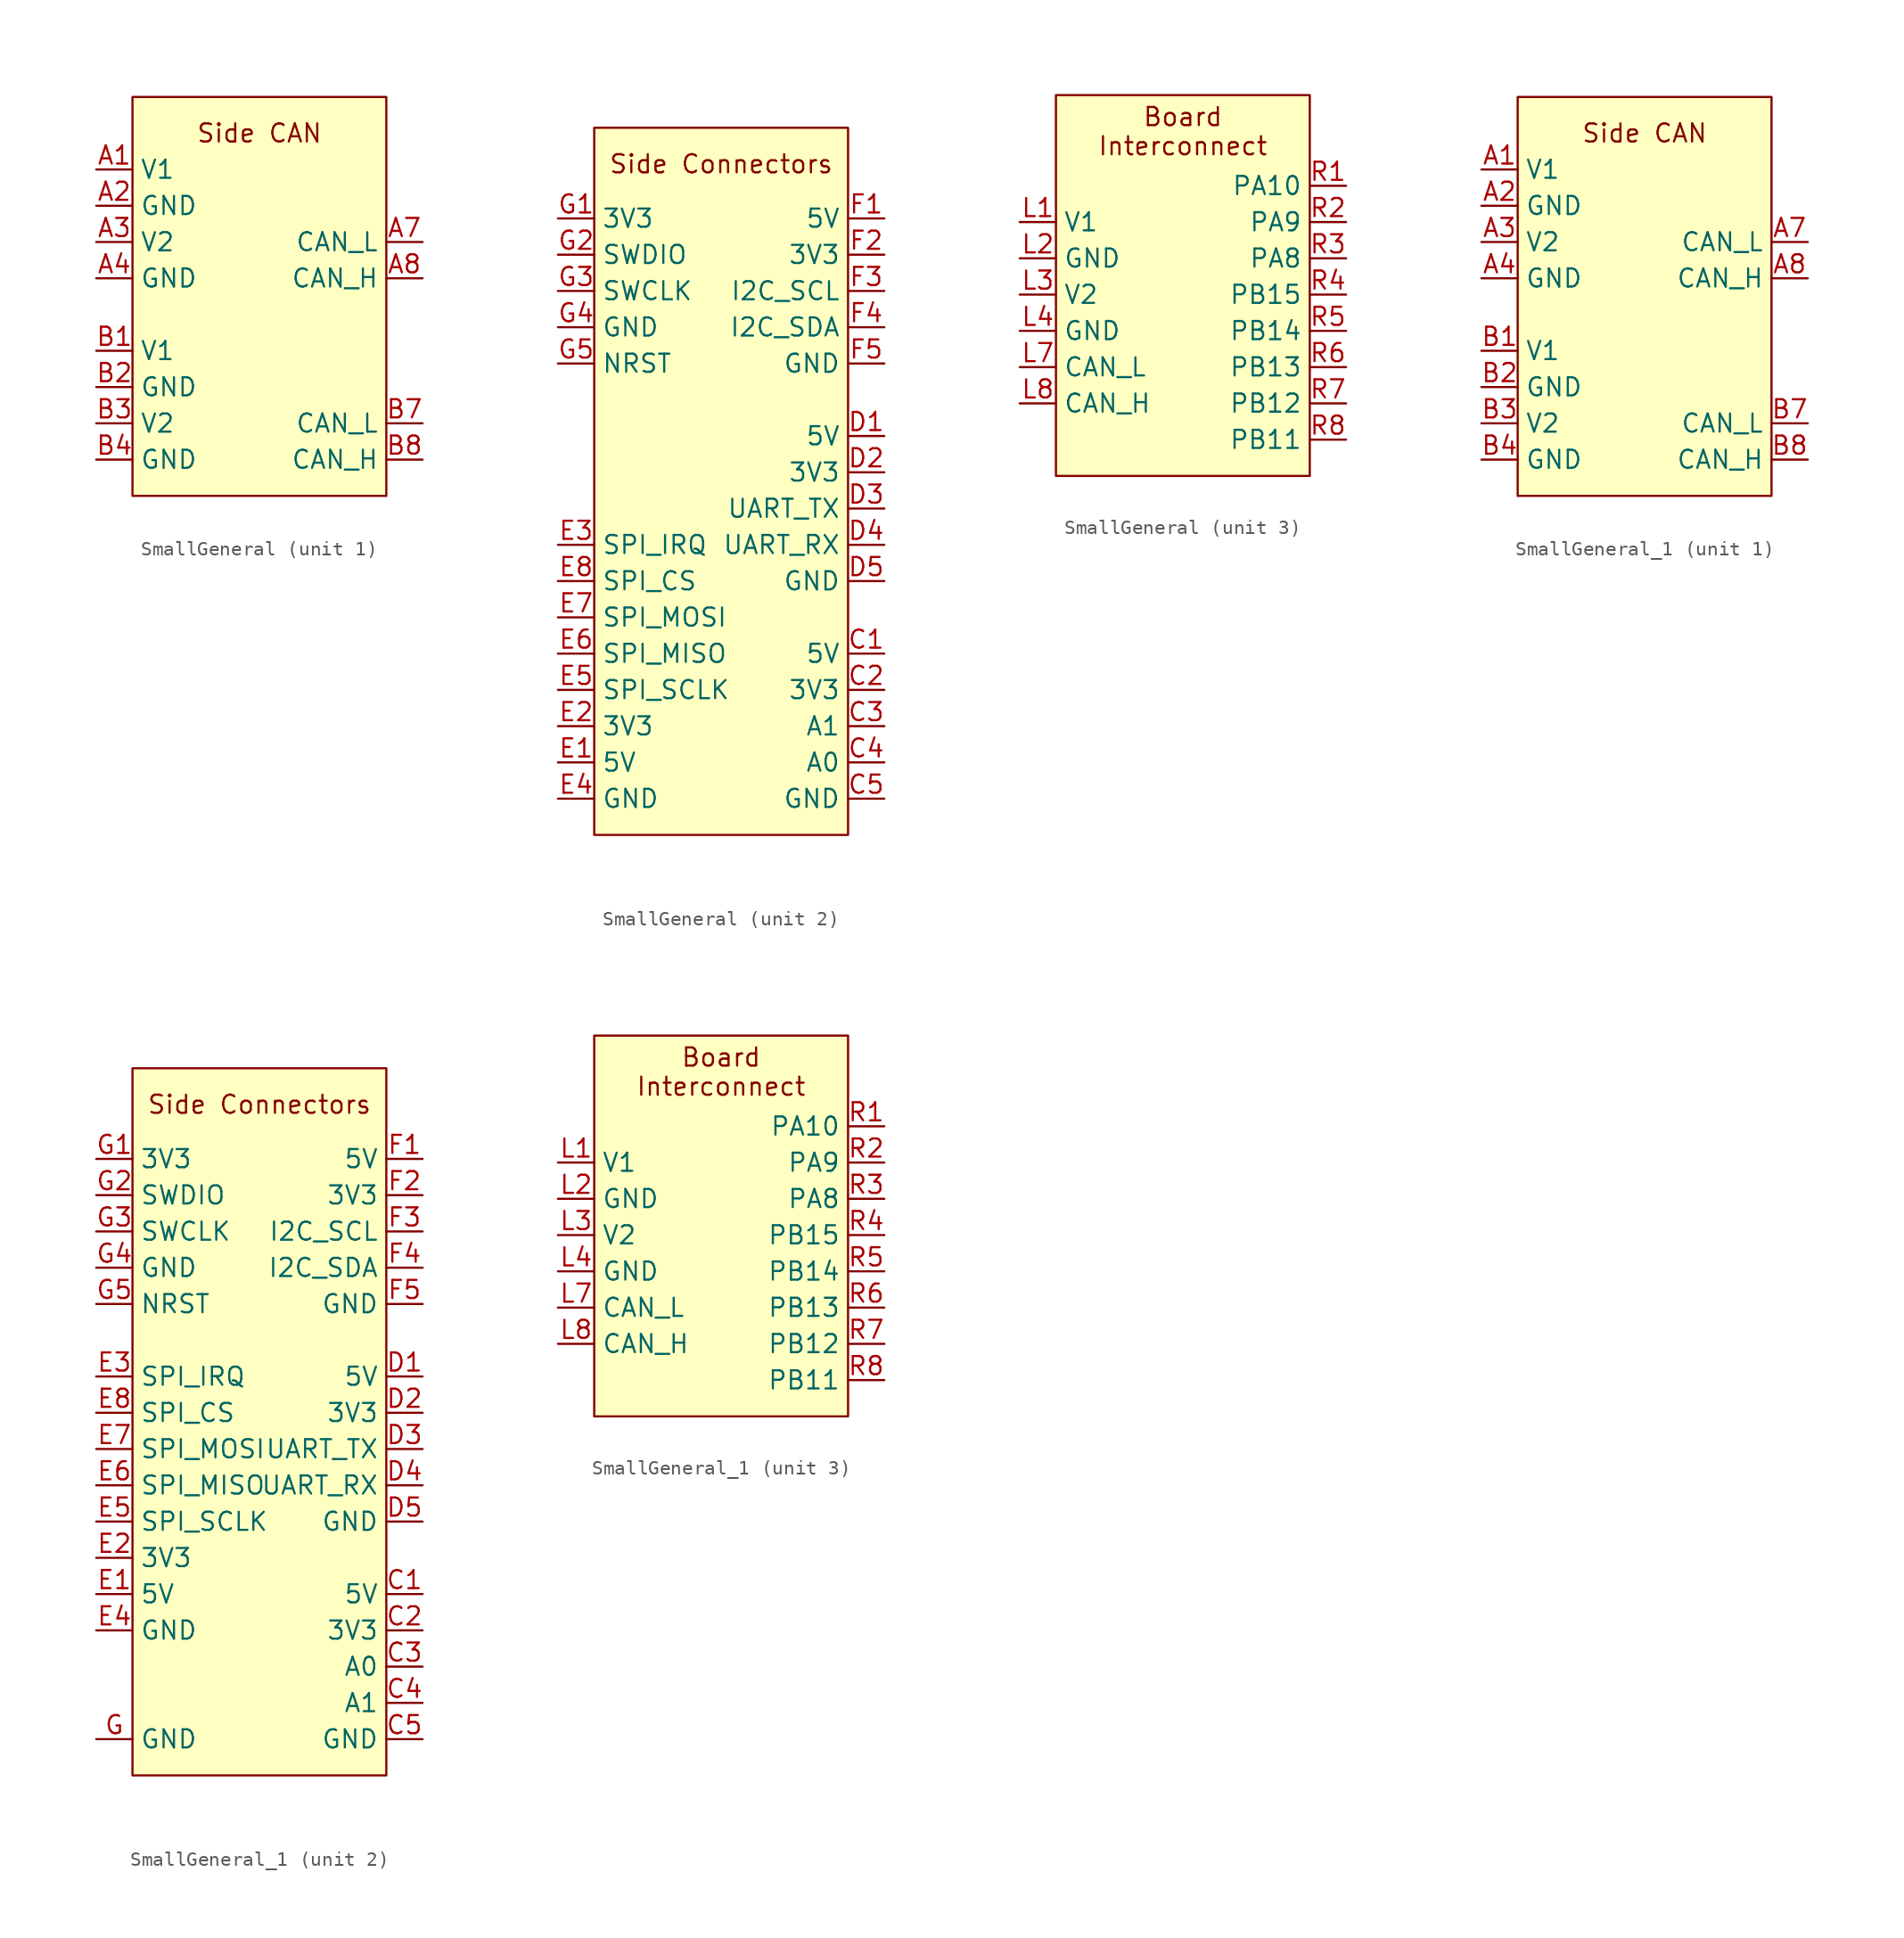
<source format=kicad_sym>
(kicad_symbol_lib
  (version 20231120)
  (generator "kicad_symbol_editor")
  (generator_version "8.0")
  (symbol "SmallGeneral"
    (property "Reference" "SG"
      (at 0 26.67 0)
      (effects (font (size 1.27 1.27)) (hide yes)))
    (property "Value" ""
      (at -3.81 -2.54 0)
      (effects (font (size 1.27 1.27))))
    (property "ki_locked" ""
      (at 0 0 0)
      (effects (font (size 1.27 1.27))))
    (symbol "SmallGeneral_1_1"
      (rectangle (start -8.89 15.24) (end 8.89 -12.7) (stroke (width 0) (type default)) (fill (type background)))
      (text "Side CAN" (at 0 12.7 0) (effects (font (size 1.27 1.27))))
      (pin input line (at -11.43 10.16 0) (length 2.54) (name "V1" (effects (font (size 1.27 1.27)))) (number "A1" (effects (font (size 1.27 1.27)))))
      (pin input line (at -11.43 7.62 0) (length 2.54) (name "GND" (effects (font (size 1.27 1.27)))) (number "A2" (effects (font (size 1.27 1.27)))))
      (pin input line (at -11.43 5.08 0) (length 2.54) (name "V2" (effects (font (size 1.27 1.27)))) (number "A3" (effects (font (size 1.27 1.27)))))
      (pin input line (at -11.43 2.54 0) (length 2.54) (name "GND" (effects (font (size 1.27 1.27)))) (number "A4" (effects (font (size 1.27 1.27)))))
      (pin input line (at 11.43 5.08 180) (length 2.54) (name "CAN_L" (effects (font (size 1.27 1.27)))) (number "A7" (effects (font (size 1.27 1.27)))))
      (pin input line (at 11.43 2.54 180) (length 2.54) (name "CAN_H" (effects (font (size 1.27 1.27)))) (number "A8" (effects (font (size 1.27 1.27)))))
      (pin input line (at -11.43 -2.54 0) (length 2.54) (name "V1" (effects (font (size 1.27 1.27)))) (number "B1" (effects (font (size 1.27 1.27)))))
      (pin input line (at -11.43 -5.08 0) (length 2.54) (name "GND" (effects (font (size 1.27 1.27)))) (number "B2" (effects (font (size 1.27 1.27)))))
      (pin input line (at -11.43 -7.62 0) (length 2.54) (name "V2" (effects (font (size 1.27 1.27)))) (number "B3" (effects (font (size 1.27 1.27)))))
      (pin input line (at -11.43 -10.16 0) (length 2.54) (name "GND" (effects (font (size 1.27 1.27)))) (number "B4" (effects (font (size 1.27 1.27)))))
      (pin input line (at 11.43 -7.62 180) (length 2.54) (name "CAN_L" (effects (font (size 1.27 1.27)))) (number "B7" (effects (font (size 1.27 1.27)))))
      (pin input line (at 11.43 -10.16 180) (length 2.54) (name "CAN_H" (effects (font (size 1.27 1.27)))) (number "B8" (effects (font (size 1.27 1.27))))))
    (symbol "SmallGeneral_2_1"
      (rectangle (start -8.89 25.4) (end 8.89 -24.13) (stroke (width 0) (type default)) (fill (type background)))
      (text "Side Connectors" (at 0 22.86 0) (effects (font (size 1.27 1.27))))
      (pin input line (at 11.43 -11.43 180) (length 2.54) (name "5V" (effects (font (size 1.27 1.27)))) (number "C1" (effects (font (size 1.27 1.27)))))
      (pin input line (at 11.43 -13.97 180) (length 2.54) (name "3V3" (effects (font (size 1.27 1.27)))) (number "C2" (effects (font (size 1.27 1.27)))))
      (pin input line (at 11.43 -16.51 180) (length 2.54) (name "A1" (effects (font (size 1.27 1.27)))) (number "C3" (effects (font (size 1.27 1.27)))))
      (pin input line (at 11.43 -19.05 180) (length 2.54) (name "A0" (effects (font (size 1.27 1.27)))) (number "C4" (effects (font (size 1.27 1.27)))))
      (pin input line (at 11.43 -21.59 180) (length 2.54) (name "GND" (effects (font (size 1.27 1.27)))) (number "C5" (effects (font (size 1.27 1.27)))))
      (pin input line (at 11.43 3.81 180) (length 2.54) (name "5V" (effects (font (size 1.27 1.27)))) (number "D1" (effects (font (size 1.27 1.27)))))
      (pin input line (at 11.43 1.27 180) (length 2.54) (name "3V3" (effects (font (size 1.27 1.27)))) (number "D2" (effects (font (size 1.27 1.27)))))
      (pin input line (at 11.43 -1.27 180) (length 2.54) (name "UART_TX" (effects (font (size 1.27 1.27)))) (number "D3" (effects (font (size 1.27 1.27)))))
      (pin input line (at 11.43 -3.81 180) (length 2.54) (name "UART_RX" (effects (font (size 1.27 1.27)))) (number "D4" (effects (font (size 1.27 1.27)))))
      (pin input line (at 11.43 -6.35 180) (length 2.54) (name "GND" (effects (font (size 1.27 1.27)))) (number "D5" (effects (font (size 1.27 1.27)))))
      (pin input line (at -11.43 -19.05 0) (length 2.54) (name "5V" (effects (font (size 1.27 1.27)))) (number "E1" (effects (font (size 1.27 1.27)))))
      (pin input line (at -11.43 -16.51 0) (length 2.54) (name "3V3" (effects (font (size 1.27 1.27)))) (number "E2" (effects (font (size 1.27 1.27)))))
      (pin input line (at -11.43 -3.81 0) (length 2.54) (name "SPI_IRQ" (effects (font (size 1.27 1.27)))) (number "E3" (effects (font (size 1.27 1.27)))))
      (pin input line (at -11.43 -21.59 0) (length 2.54) (name "GND" (effects (font (size 1.27 1.27)))) (number "E4" (effects (font (size 1.27 1.27)))))
      (pin input line (at -11.43 -13.97 0) (length 2.54) (name "SPI_SCLK" (effects (font (size 1.27 1.27)))) (number "E5" (effects (font (size 1.27 1.27)))))
      (pin input line (at -11.43 -11.43 0) (length 2.54) (name "SPI_MISO" (effects (font (size 1.27 1.27)))) (number "E6" (effects (font (size 1.27 1.27)))))
      (pin input line (at -11.43 -8.89 0) (length 2.54) (name "SPI_MOSI" (effects (font (size 1.27 1.27)))) (number "E7" (effects (font (size 1.27 1.27)))))
      (pin input line (at -11.43 -6.35 0) (length 2.54) (name "SPI_CS" (effects (font (size 1.27 1.27)))) (number "E8" (effects (font (size 1.27 1.27)))))
      (pin input line (at 11.43 19.05 180) (length 2.54) (name "5V" (effects (font (size 1.27 1.27)))) (number "F1" (effects (font (size 1.27 1.27)))))
      (pin input line (at 11.43 16.51 180) (length 2.54) (name "3V3" (effects (font (size 1.27 1.27)))) (number "F2" (effects (font (size 1.27 1.27)))))
      (pin input line (at 11.43 13.97 180) (length 2.54) (name "I2C_SCL" (effects (font (size 1.27 1.27)))) (number "F3" (effects (font (size 1.27 1.27)))))
      (pin input line (at 11.43 11.43 180) (length 2.54) (name "I2C_SDA" (effects (font (size 1.27 1.27)))) (number "F4" (effects (font (size 1.27 1.27)))))
      (pin input line (at 11.43 8.89 180) (length 2.54) (name "GND" (effects (font (size 1.27 1.27)))) (number "F5" (effects (font (size 1.27 1.27)))))
      (pin input line (at -11.43 19.05 0) (length 2.54) (name "3V3" (effects (font (size 1.27 1.27)))) (number "G1" (effects (font (size 1.27 1.27)))))
      (pin input line (at -11.43 16.51 0) (length 2.54) (name "SWDIO" (effects (font (size 1.27 1.27)))) (number "G2" (effects (font (size 1.27 1.27)))))
      (pin input line (at -11.43 13.97 0) (length 2.54) (name "SWCLK" (effects (font (size 1.27 1.27)))) (number "G3" (effects (font (size 1.27 1.27)))))
      (pin input line (at -11.43 11.43 0) (length 2.54) (name "GND" (effects (font (size 1.27 1.27)))) (number "G4" (effects (font (size 1.27 1.27)))))
      (pin input line (at -11.43 8.89 0) (length 2.54) (name "NRST" (effects (font (size 1.27 1.27)))) (number "G5" (effects (font (size 1.27 1.27))))))
    (symbol "SmallGeneral_3_1"
      (rectangle (start -8.89 15.24) (end 8.89 -11.43) (stroke (width 0) (type default)) (fill (type background)))
      (text "Board\nInterconnect" (at 0 12.7 0) (effects (font (size 1.27 1.27))))
      (pin input line (at -11.43 6.35 0) (length 2.54) (name "V1" (effects (font (size 1.27 1.27)))) (number "L1" (effects (font (size 1.27 1.27)))))
      (pin input line (at -11.43 3.81 0) (length 2.54) (name "GND" (effects (font (size 1.27 1.27)))) (number "L2" (effects (font (size 1.27 1.27)))))
      (pin input line (at -11.43 1.27 0) (length 2.54) (name "V2" (effects (font (size 1.27 1.27)))) (number "L3" (effects (font (size 1.27 1.27)))))
      (pin input line (at -11.43 -1.27 0) (length 2.54) (name "GND" (effects (font (size 1.27 1.27)))) (number "L4" (effects (font (size 1.27 1.27)))))
      (pin input line (at -11.43 -3.81 0) (length 2.54) (name "CAN_L" (effects (font (size 1.27 1.27)))) (number "L7" (effects (font (size 1.27 1.27)))))
      (pin input line (at -11.43 -6.35 0) (length 2.54) (name "CAN_H" (effects (font (size 1.27 1.27)))) (number "L8" (effects (font (size 1.27 1.27)))))
      (pin input line (at 11.43 8.89 180) (length 2.54) (name "PA10" (effects (font (size 1.27 1.27)))) (number "R1" (effects (font (size 1.27 1.27)))))
      (pin input line (at 11.43 6.35 180) (length 2.54) (name "PA9" (effects (font (size 1.27 1.27)))) (number "R2" (effects (font (size 1.27 1.27)))))
      (pin input line (at 11.43 3.81 180) (length 2.54) (name "PA8" (effects (font (size 1.27 1.27)))) (number "R3" (effects (font (size 1.27 1.27)))))
      (pin input line (at 11.43 1.27 180) (length 2.54) (name "PB15" (effects (font (size 1.27 1.27)))) (number "R4" (effects (font (size 1.27 1.27)))))
      (pin input line (at 11.43 -1.27 180) (length 2.54) (name "PB14" (effects (font (size 1.27 1.27)))) (number "R5" (effects (font (size 1.27 1.27)))))
      (pin input line (at 11.43 -3.81 180) (length 2.54) (name "PB13" (effects (font (size 1.27 1.27)))) (number "R6" (effects (font (size 1.27 1.27)))))
      (pin input line (at 11.43 -6.35 180) (length 2.54) (name "PB12" (effects (font (size 1.27 1.27)))) (number "R7" (effects (font (size 1.27 1.27)))))
      (pin input line (at 11.43 -8.89 180) (length 2.54) (name "PB11" (effects (font (size 1.27 1.27)))) (number "R8" (effects (font (size 1.27 1.27)))))))
  (symbol "SmallGeneral_1"
    (property "Reference" "SG"
      (at 0 26.67 0)
      (effects (font (size 1.27 1.27)) (hide yes)))
    (property "Value" ""
      (at -3.81 5.08 0)
      (effects (font (size 1.27 1.27))))
    (property "ki_locked" ""
      (at 0 0 0)
      (effects (font (size 1.27 1.27))))
    (symbol "SmallGeneral_1_1_1"
      (rectangle (start -8.89 15.24) (end 8.89 -12.7) (stroke (width 0) (type default)) (fill (type background)))
      (text "Side CAN" (at 0 12.7 0) (effects (font (size 1.27 1.27))))
      (pin input line (at -11.43 10.16 0) (length 2.54) (name "V1" (effects (font (size 1.27 1.27)))) (number "A1" (effects (font (size 1.27 1.27)))))
      (pin input line (at -11.43 7.62 0) (length 2.54) (name "GND" (effects (font (size 1.27 1.27)))) (number "A2" (effects (font (size 1.27 1.27)))))
      (pin input line (at -11.43 5.08 0) (length 2.54) (name "V2" (effects (font (size 1.27 1.27)))) (number "A3" (effects (font (size 1.27 1.27)))))
      (pin input line (at -11.43 2.54 0) (length 2.54) (name "GND" (effects (font (size 1.27 1.27)))) (number "A4" (effects (font (size 1.27 1.27)))))
      (pin input line (at 11.43 5.08 180) (length 2.54) (name "CAN_L" (effects (font (size 1.27 1.27)))) (number "A7" (effects (font (size 1.27 1.27)))))
      (pin input line (at 11.43 2.54 180) (length 2.54) (name "CAN_H" (effects (font (size 1.27 1.27)))) (number "A8" (effects (font (size 1.27 1.27)))))
      (pin input line (at -11.43 -2.54 0) (length 2.54) (name "V1" (effects (font (size 1.27 1.27)))) (number "B1" (effects (font (size 1.27 1.27)))))
      (pin input line (at -11.43 -5.08 0) (length 2.54) (name "GND" (effects (font (size 1.27 1.27)))) (number "B2" (effects (font (size 1.27 1.27)))))
      (pin input line (at -11.43 -7.62 0) (length 2.54) (name "V2" (effects (font (size 1.27 1.27)))) (number "B3" (effects (font (size 1.27 1.27)))))
      (pin input line (at -11.43 -10.16 0) (length 2.54) (name "GND" (effects (font (size 1.27 1.27)))) (number "B4" (effects (font (size 1.27 1.27)))))
      (pin input line (at 11.43 -7.62 180) (length 2.54) (name "CAN_L" (effects (font (size 1.27 1.27)))) (number "B7" (effects (font (size 1.27 1.27)))))
      (pin input line (at 11.43 -10.16 180) (length 2.54) (name "CAN_H" (effects (font (size 1.27 1.27)))) (number "B8" (effects (font (size 1.27 1.27))))))
    (symbol "SmallGeneral_1_2_1"
      (rectangle (start -8.89 25.4) (end 8.89 -24.13) (stroke (width 0) (type default)) (fill (type background)))
      (text "Side Connectors" (at 0 22.86 0) (effects (font (size 1.27 1.27))))
      (pin input line (at 11.43 -11.43 180) (length 2.54) (name "5V" (effects (font (size 1.27 1.27)))) (number "C1" (effects (font (size 1.27 1.27)))))
      (pin input line (at 11.43 -13.97 180) (length 2.54) (name "3V3" (effects (font (size 1.27 1.27)))) (number "C2" (effects (font (size 1.27 1.27)))))
      (pin input line (at 11.43 -16.51 180) (length 2.54) (name "A0" (effects (font (size 1.27 1.27)))) (number "C3" (effects (font (size 1.27 1.27)))))
      (pin input line (at 11.43 -19.05 180) (length 2.54) (name "A1" (effects (font (size 1.27 1.27)))) (number "C4" (effects (font (size 1.27 1.27)))))
      (pin input line (at 11.43 -21.59 180) (length 2.54) (name "GND" (effects (font (size 1.27 1.27)))) (number "C5" (effects (font (size 1.27 1.27)))))
      (pin input line (at 11.43 3.81 180) (length 2.54) (name "5V" (effects (font (size 1.27 1.27)))) (number "D1" (effects (font (size 1.27 1.27)))))
      (pin input line (at 11.43 1.27 180) (length 2.54) (name "3V3" (effects (font (size 1.27 1.27)))) (number "D2" (effects (font (size 1.27 1.27)))))
      (pin input line (at 11.43 -1.27 180) (length 2.54) (name "UART_TX" (effects (font (size 1.27 1.27)))) (number "D3" (effects (font (size 1.27 1.27)))))
      (pin input line (at 11.43 -3.81 180) (length 2.54) (name "UART_RX" (effects (font (size 1.27 1.27)))) (number "D4" (effects (font (size 1.27 1.27)))))
      (pin input line (at 11.43 -6.35 180) (length 2.54) (name "GND" (effects (font (size 1.27 1.27)))) (number "D5" (effects (font (size 1.27 1.27)))))
      (pin input line (at -11.43 -11.43 0) (length 2.54) (name "5V" (effects (font (size 1.27 1.27)))) (number "E1" (effects (font (size 1.27 1.27)))))
      (pin input line (at -11.43 -8.89 0) (length 2.54) (name "3V3" (effects (font (size 1.27 1.27)))) (number "E2" (effects (font (size 1.27 1.27)))))
      (pin input line (at -11.43 3.81 0) (length 2.54) (name "SPI_IRQ" (effects (font (size 1.27 1.27)))) (number "E3" (effects (font (size 1.27 1.27)))))
      (pin input line (at -11.43 -13.97 0) (length 2.54) (name "GND" (effects (font (size 1.27 1.27)))) (number "E4" (effects (font (size 1.27 1.27)))))
      (pin input line (at -11.43 -6.35 0) (length 2.54) (name "SPI_SCLK" (effects (font (size 1.27 1.27)))) (number "E5" (effects (font (size 1.27 1.27)))))
      (pin input line (at -11.43 -3.81 0) (length 2.54) (name "SPI_MISO" (effects (font (size 1.27 1.27)))) (number "E6" (effects (font (size 1.27 1.27)))))
      (pin input line (at -11.43 -1.27 0) (length 2.54) (name "SPI_MOSI" (effects (font (size 1.27 1.27)))) (number "E7" (effects (font (size 1.27 1.27)))))
      (pin input line (at -11.43 1.27 0) (length 2.54) (name "SPI_CS" (effects (font (size 1.27 1.27)))) (number "E8" (effects (font (size 1.27 1.27)))))
      (pin input line (at 11.43 19.05 180) (length 2.54) (name "5V" (effects (font (size 1.27 1.27)))) (number "F1" (effects (font (size 1.27 1.27)))))
      (pin input line (at 11.43 16.51 180) (length 2.54) (name "3V3" (effects (font (size 1.27 1.27)))) (number "F2" (effects (font (size 1.27 1.27)))))
      (pin input line (at 11.43 13.97 180) (length 2.54) (name "I2C_SCL" (effects (font (size 1.27 1.27)))) (number "F3" (effects (font (size 1.27 1.27)))))
      (pin input line (at 11.43 11.43 180) (length 2.54) (name "I2C_SDA" (effects (font (size 1.27 1.27)))) (number "F4" (effects (font (size 1.27 1.27)))))
      (pin input line (at 11.43 8.89 180) (length 2.54) (name "GND" (effects (font (size 1.27 1.27)))) (number "F5" (effects (font (size 1.27 1.27)))))
      (pin input line (at -11.43 -21.59 0) (length 2.54) (name "GND" (effects (font (size 1.27 1.27)))) (number "G" (effects (font (size 1.27 1.27)))))
      (pin input line (at -11.43 19.05 0) (length 2.54) (name "3V3" (effects (font (size 1.27 1.27)))) (number "G1" (effects (font (size 1.27 1.27)))))
      (pin input line (at -11.43 16.51 0) (length 2.54) (name "SWDIO" (effects (font (size 1.27 1.27)))) (number "G2" (effects (font (size 1.27 1.27)))))
      (pin input line (at -11.43 13.97 0) (length 2.54) (name "SWCLK" (effects (font (size 1.27 1.27)))) (number "G3" (effects (font (size 1.27 1.27)))))
      (pin input line (at -11.43 11.43 0) (length 2.54) (name "GND" (effects (font (size 1.27 1.27)))) (number "G4" (effects (font (size 1.27 1.27)))))
      (pin input line (at -11.43 8.89 0) (length 2.54) (name "NRST" (effects (font (size 1.27 1.27)))) (number "G5" (effects (font (size 1.27 1.27))))))
    (symbol "SmallGeneral_1_3_1"
      (rectangle (start -8.89 15.24) (end 8.89 -11.43) (stroke (width 0) (type default)) (fill (type background)))
      (text "Board\nInterconnect" (at 0 12.7 0) (effects (font (size 1.27 1.27))))
      (pin input line (at -11.43 6.35 0) (length 2.54) (name "V1" (effects (font (size 1.27 1.27)))) (number "L1" (effects (font (size 1.27 1.27)))))
      (pin input line (at -11.43 3.81 0) (length 2.54) (name "GND" (effects (font (size 1.27 1.27)))) (number "L2" (effects (font (size 1.27 1.27)))))
      (pin input line (at -11.43 1.27 0) (length 2.54) (name "V2" (effects (font (size 1.27 1.27)))) (number "L3" (effects (font (size 1.27 1.27)))))
      (pin input line (at -11.43 -1.27 0) (length 2.54) (name "GND" (effects (font (size 1.27 1.27)))) (number "L4" (effects (font (size 1.27 1.27)))))
      (pin input line (at -11.43 -3.81 0) (length 2.54) (name "CAN_L" (effects (font (size 1.27 1.27)))) (number "L7" (effects (font (size 1.27 1.27)))))
      (pin input line (at -11.43 -6.35 0) (length 2.54) (name "CAN_H" (effects (font (size 1.27 1.27)))) (number "L8" (effects (font (size 1.27 1.27)))))
      (pin input line (at 11.43 8.89 180) (length 2.54) (name "PA10" (effects (font (size 1.27 1.27)))) (number "R1" (effects (font (size 1.27 1.27)))))
      (pin input line (at 11.43 6.35 180) (length 2.54) (name "PA9" (effects (font (size 1.27 1.27)))) (number "R2" (effects (font (size 1.27 1.27)))))
      (pin input line (at 11.43 3.81 180) (length 2.54) (name "PA8" (effects (font (size 1.27 1.27)))) (number "R3" (effects (font (size 1.27 1.27)))))
      (pin input line (at 11.43 1.27 180) (length 2.54) (name "PB15" (effects (font (size 1.27 1.27)))) (number "R4" (effects (font (size 1.27 1.27)))))
      (pin input line (at 11.43 -1.27 180) (length 2.54) (name "PB14" (effects (font (size 1.27 1.27)))) (number "R5" (effects (font (size 1.27 1.27)))))
      (pin input line (at 11.43 -3.81 180) (length 2.54) (name "PB13" (effects (font (size 1.27 1.27)))) (number "R6" (effects (font (size 1.27 1.27)))))
      (pin input line (at 11.43 -6.35 180) (length 2.54) (name "PB12" (effects (font (size 1.27 1.27)))) (number "R7" (effects (font (size 1.27 1.27)))))
      (pin input line (at 11.43 -8.89 180) (length 2.54) (name "PB11" (effects (font (size 1.27 1.27)))) (number "R8" (effects (font (size 1.27 1.27))))))))
</source>
